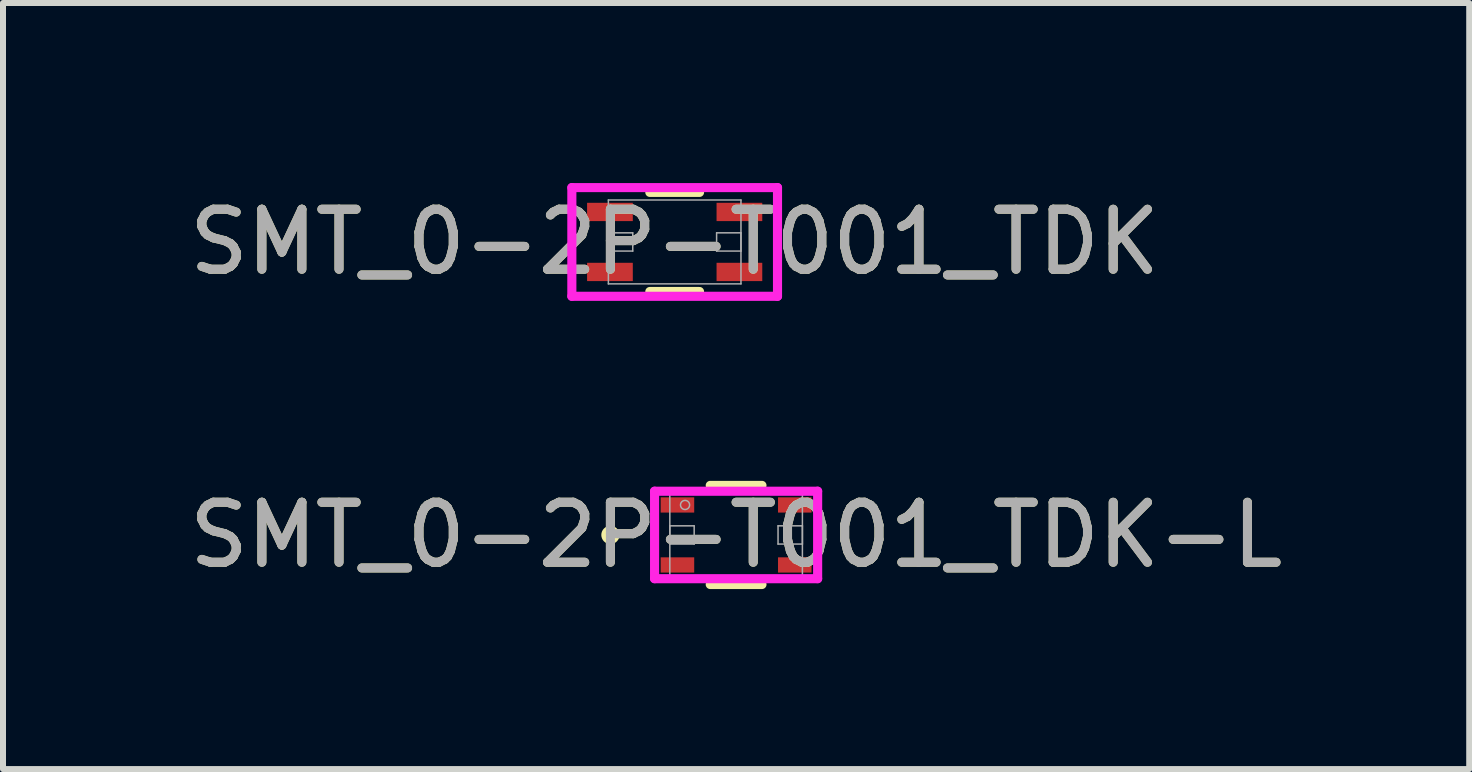
<source format=kicad_pcb>
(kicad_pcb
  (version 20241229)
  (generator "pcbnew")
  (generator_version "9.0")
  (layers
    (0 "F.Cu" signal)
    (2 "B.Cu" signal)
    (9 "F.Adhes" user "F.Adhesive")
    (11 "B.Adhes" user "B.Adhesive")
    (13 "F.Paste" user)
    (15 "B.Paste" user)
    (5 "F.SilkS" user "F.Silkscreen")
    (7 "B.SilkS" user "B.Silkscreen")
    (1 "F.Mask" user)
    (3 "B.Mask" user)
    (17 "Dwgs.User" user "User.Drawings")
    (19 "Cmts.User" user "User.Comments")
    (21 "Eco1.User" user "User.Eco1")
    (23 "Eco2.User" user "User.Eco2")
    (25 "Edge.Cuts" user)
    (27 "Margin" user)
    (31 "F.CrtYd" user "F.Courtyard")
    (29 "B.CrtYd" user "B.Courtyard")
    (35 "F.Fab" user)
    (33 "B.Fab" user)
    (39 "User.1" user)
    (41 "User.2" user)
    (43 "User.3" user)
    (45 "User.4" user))
  (footprint "SMT_0-2P-T001_TDK"
    (layer "F.Cu")
    (at 8.196 0.983)
    (property "Reference" "SMT_0-2P-T001_TDK" (at 0 0 0) (unlocked yes) (layer "F.SilkS") (effects (font (size 1 1) (thickness 0.15))))
    (attr smd)
    (fp_line (start -0.414 0.826) (end 0.414 0.826) (stroke (width 0.152) (type solid)) (layer "F.SilkS"))
    (fp_line (start 0.414 -0.826) (end -0.414 -0.826) (stroke (width 0.152) (type solid)) (layer "F.SilkS"))
    (fp_line (start -1.714 -0.906) (end 1.714 -0.906) (stroke (width 0.152) (type solid)) (layer "F.CrtYd"))
    (fp_line (start -1.714 0.906) (end -1.714 -0.906) (stroke (width 0.152) (type solid)) (layer "F.CrtYd"))
    (fp_line (start 1.714 -0.906) (end 1.714 0.906) (stroke (width 0.152) (type solid)) (layer "F.CrtYd"))
    (fp_line (start 1.714 0.906) (end -1.714 0.906) (stroke (width 0.152) (type solid)) (layer "F.CrtYd"))
    (fp_line (start -1.105 -0.699) (end -1.105 0.699) (stroke (width 0.025) (type solid)) (layer "F.Fab"))
    (fp_line (start -1.105 -0.152) (end -1.105 0.152) (stroke (width 0.025) (type solid)) (layer "F.Fab"))
    (fp_line (start -1.105 0.152) (end -0.699 0.152) (stroke (width 0.025) (type solid)) (layer "F.Fab"))
    (fp_line (start -1.105 0.699) (end 1.105 0.699) (stroke (width 0.025) (type solid)) (layer "F.Fab"))
    (fp_line (start -0.699 -0.152) (end -1.105 -0.152) (stroke (width 0.025) (type solid)) (layer "F.Fab"))
    (fp_line (start -0.699 0.152) (end -0.699 -0.152) (stroke (width 0.025) (type solid)) (layer "F.Fab"))
    (fp_line (start 0.699 -0.152) (end 0.699 0.152) (stroke (width 0.025) (type solid)) (layer "F.Fab"))
    (fp_line (start 0.699 0.152) (end 1.105 0.152) (stroke (width 0.025) (type solid)) (layer "F.Fab"))
    (fp_line (start 1.105 -0.699) (end -1.105 -0.699) (stroke (width 0.025) (type solid)) (layer "F.Fab"))
    (fp_line (start 1.105 -0.152) (end 0.699 -0.152) (stroke (width 0.025) (type solid)) (layer "F.Fab"))
    (fp_line (start 1.105 0.152) (end 1.105 -0.152) (stroke (width 0.025) (type solid)) (layer "F.Fab"))
    (fp_line (start 1.105 0.699) (end 1.105 -0.699) (stroke (width 0.025) (type solid)) (layer "F.Fab"))
    (fp_circle (center -0.953 -0.5) (end -0.953 -0.5) (stroke (width 0.025) (type solid)) (fill no) (layer "F.Fab"))
    (fp_text user "${REFERENCE}" (at 0 0 0) (unlocked yes) (layer "F.Fab") (effects (font (size 1 1) (thickness 0.15))))
    (pad "1" smd rect (at -1.079 -0.5) (size 0.762 0.305) (layers "F.Cu" "F.Mask" "F.Paste"))
    (pad "2" smd rect (at -1.079 0.5) (size 0.762 0.305) (layers "F.Cu" "F.Mask" "F.Paste"))
    (pad "3" smd rect (at 1.079 0.5) (size 0.762 0.305) (layers "F.Cu" "F.Mask" "F.Paste"))
    (pad "4" smd rect (at 1.079 -0.5) (size 0.762 0.305) (layers "F.Cu" "F.Mask" "F.Paste"))
    (zone (net_name "") (layer "F.Cu") (hatch full 0.508) (connect_pads) (min_thickness 0.254) (filled_areas_thickness no) (keepout (tracks not_allowed) (vias not_allowed) (pads allowed) (copperpour not_allowed) (footprints allowed)) (placement (enabled no)) (fill) (polygon (pts (xy 7.549 0.335) (xy 8.844 0.335) (xy 8.844 1.63) (xy 7.549 1.63)))))
  (footprint "SMT_0-2P-T001_TDK-L"
    (layer "F.Cu")
    (at 9.22 5.867)
    (property "Reference" "SMT_0-2P-T001_TDK-L" (at 0 0 0) (unlocked yes) (layer "F.SilkS") (effects (font (size 1 1) (thickness 0.15))))
    (attr smd)
    (fp_line (start -0.431 0.826) (end 0.431 0.826) (stroke (width 0.152) (type solid)) (layer "F.SilkS"))
    (fp_line (start 0.431 -0.826) (end -0.431 -0.826) (stroke (width 0.152) (type solid)) (layer "F.SilkS"))
    (fp_circle (center -2.095 0) (end -2.019 0) (stroke (width 0.152) (type solid)) (fill no) (layer "F.SilkS"))
    (fp_line (start -1.359 -0.729) (end 1.359 -0.729) (stroke (width 0.152) (type solid)) (layer "F.CrtYd"))
    (fp_line (start -1.359 0.729) (end -1.359 -0.729) (stroke (width 0.152) (type solid)) (layer "F.CrtYd"))
    (fp_line (start 1.359 -0.729) (end 1.359 0.729) (stroke (width 0.152) (type solid)) (layer "F.CrtYd"))
    (fp_line (start 1.359 0.729) (end -1.359 0.729) (stroke (width 0.152) (type solid)) (layer "F.CrtYd"))
    (fp_line (start -1.105 -0.699) (end -1.105 0.699) (stroke (width 0.025) (type solid)) (layer "F.Fab"))
    (fp_line (start -1.105 -0.152) (end -1.105 0.152) (stroke (width 0.025) (type solid)) (layer "F.Fab"))
    (fp_line (start -1.105 0.152) (end -0.699 0.152) (stroke (width 0.025) (type solid)) (layer "F.Fab"))
    (fp_line (start -1.105 0.699) (end 1.105 0.699) (stroke (width 0.025) (type solid)) (layer "F.Fab"))
    (fp_line (start -0.699 -0.152) (end -1.105 -0.152) (stroke (width 0.025) (type solid)) (layer "F.Fab"))
    (fp_line (start -0.699 0.152) (end -0.699 -0.152) (stroke (width 0.025) (type solid)) (layer "F.Fab"))
    (fp_line (start 0.699 -0.152) (end 0.699 0.152) (stroke (width 0.025) (type solid)) (layer "F.Fab"))
    (fp_line (start 0.699 0.152) (end 1.105 0.152) (stroke (width 0.025) (type solid)) (layer "F.Fab"))
    (fp_line (start 1.105 -0.699) (end -1.105 -0.699) (stroke (width 0.025) (type solid)) (layer "F.Fab"))
    (fp_line (start 1.105 -0.152) (end 0.699 -0.152) (stroke (width 0.025) (type solid)) (layer "F.Fab"))
    (fp_line (start 1.105 0.152) (end 1.105 -0.152) (stroke (width 0.025) (type solid)) (layer "F.Fab"))
    (fp_line (start 1.105 0.699) (end 1.105 -0.699) (stroke (width 0.025) (type solid)) (layer "F.Fab"))
    (fp_circle (center -0.851 -0.5) (end -0.775 -0.5) (stroke (width 0.025) (type solid)) (fill no) (layer "F.Fab"))
    (fp_text user "${REFERENCE}" (at 0 0 0) (unlocked yes) (layer "F.Fab") (effects (font (size 1 1) (thickness 0.15))))
    (pad "1" smd rect (at -0.978 -0.5) (size 0.559 0.254) (layers "F.Cu" "F.Mask" "F.Paste"))
    (pad "2" smd rect (at -0.978 0.5) (size 0.559 0.254) (layers "F.Cu" "F.Mask" "F.Paste"))
    (pad "3" smd rect (at 0.978 0.5) (size 0.559 0.254) (layers "F.Cu" "F.Mask" "F.Paste"))
    (pad "4" smd rect (at 0.978 -0.5) (size 0.559 0.254) (layers "F.Cu" "F.Mask" "F.Paste"))
    (zone (net_name "") (layer "F.Cu") (hatch full 0.508) (connect_pads) (min_thickness 0.254) (filled_areas_thickness no) (keepout (tracks not_allowed) (vias not_allowed) (pads allowed) (copperpour not_allowed) (footprints allowed)) (placement (enabled no)) (fill) (polygon (pts (xy 8.573 5.219) (xy 9.868 5.219) (xy 9.868 6.515) (xy 8.573 6.515)))))
  (gr_rect
    (start -3 -3)
    (end 21.44 9.769)
    (stroke (width 0.1) (type default))
    (fill no)
    (layer "Edge.Cuts")))
</source>
